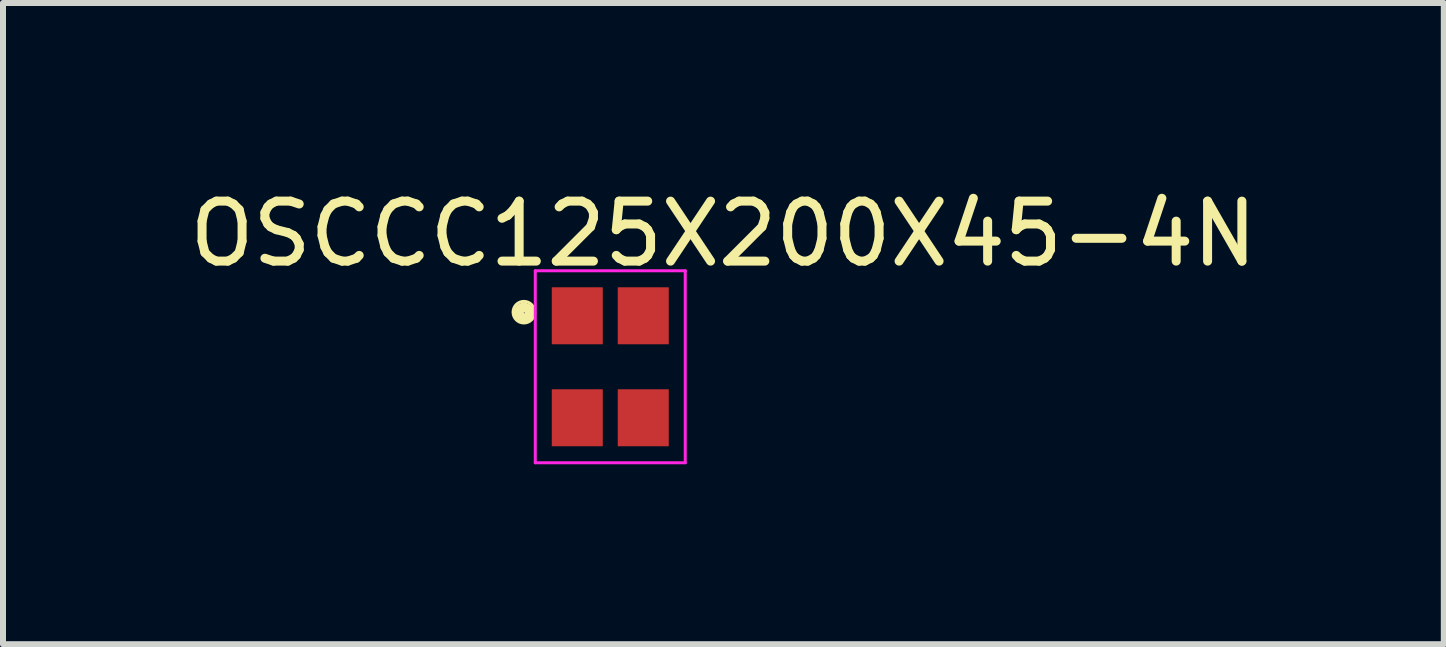
<source format=kicad_pcb>
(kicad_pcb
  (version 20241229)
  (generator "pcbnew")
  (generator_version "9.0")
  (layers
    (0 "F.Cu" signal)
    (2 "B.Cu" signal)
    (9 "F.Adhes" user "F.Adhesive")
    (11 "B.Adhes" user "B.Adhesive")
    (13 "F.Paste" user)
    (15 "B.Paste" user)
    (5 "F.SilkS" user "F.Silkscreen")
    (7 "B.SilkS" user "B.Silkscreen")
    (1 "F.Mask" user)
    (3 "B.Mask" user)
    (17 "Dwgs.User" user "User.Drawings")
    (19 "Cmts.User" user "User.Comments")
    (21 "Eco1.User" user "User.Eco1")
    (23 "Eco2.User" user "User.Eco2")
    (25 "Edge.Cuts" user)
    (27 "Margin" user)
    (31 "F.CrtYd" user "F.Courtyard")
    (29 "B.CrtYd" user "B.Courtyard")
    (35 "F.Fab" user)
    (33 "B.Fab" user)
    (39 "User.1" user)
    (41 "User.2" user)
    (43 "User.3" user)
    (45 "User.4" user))
  (footprint "OSCCC125X200X45-4N"
    (layer "F.Cu")
    (at 7.123 3.064)
    (property "Reference" "OSCCC125X200X45-4N" (at 1.886 -2.216 0) (layer "F.SilkS") (effects (font (size 1 1) (thickness 0.15))))
    (attr through_hole)
    (fp_circle (center -1.48 -0.91) (end -1.394 -0.91) (stroke (width 0.05) (type solid)) (fill no) (layer "F.SilkS"))
    (fp_circle (center -1.46 -0.89) (end -1.396 -0.89) (stroke (width 0.05) (type solid)) (fill no) (layer "F.SilkS"))
    (fp_circle (center -1.44 -0.91) (end -1.318 -0.91) (stroke (width 0.05) (type solid)) (fill no) (layer "F.SilkS"))
    (fp_circle (center -1.44 -0.91) (end -1.26 -0.91) (stroke (width 0.05) (type solid)) (fill no) (layer "F.SilkS"))
    (fp_circle (center -1.44 -0.9) (end -1.398 -0.9) (stroke (width 0.05) (type solid)) (fill no) (layer "F.SilkS"))
    (fp_circle (center -1.44 -0.9) (end -1.348 -0.9) (stroke (width 0.05) (type solid)) (fill no) (layer "F.SilkS"))
    (fp_circle (center -1.44 -0.9) (end -1.296 -0.9) (stroke (width 0.05) (type solid)) (fill no) (layer "F.SilkS"))
    (fp_circle (center -1.44 -0.89) (end -1.418 -0.89) (stroke (width 0.05) (type solid)) (fill no) (layer "F.SilkS"))
    (fp_circle (center -1.44 -0.89) (end -1.355 -0.89) (stroke (width 0.05) (type solid)) (fill no) (layer "F.SilkS"))
    (fp_circle (center -1.43 -0.9) (end -1.394 -0.9) (stroke (width 0.05) (type solid)) (fill no) (layer "F.SilkS"))
    (fp_line (start -1.25 -1.6) (end 1.25 -1.6) (stroke (width 0.05) (type solid)) (layer "F.CrtYd"))
    (fp_line (start -1.25 1.6) (end -1.25 -1.6) (stroke (width 0.05) (type solid)) (layer "F.CrtYd"))
    (fp_line (start 1.25 -1.6) (end 1.25 1.6) (stroke (width 0.05) (type solid)) (layer "F.CrtYd"))
    (fp_line (start 1.25 1.6) (end -1.25 1.6) (stroke (width 0.05) (type solid)) (layer "F.CrtYd"))
    (pad "1" smd rect (at -0.55 -0.85) (size 0.85 0.95) (layers "F.Cu" "F.Mask" "F.Paste"))
    (pad "2" smd rect (at -0.55 0.85) (size 0.85 0.95) (layers "F.Cu" "F.Mask" "F.Paste"))
    (pad "3" smd rect (at 0.55 0.85) (size 0.85 0.95) (layers "F.Cu" "F.Mask" "F.Paste"))
    (pad "4" smd rect (at 0.55 -0.85) (size 0.85 0.95) (layers "F.Cu" "F.Mask" "F.Paste")))
  (gr_rect
    (start -3 -3)
    (end 21.018 7.689)
    (stroke (width 0.1) (type default))
    (fill no)
    (layer "Edge.Cuts")))
</source>
